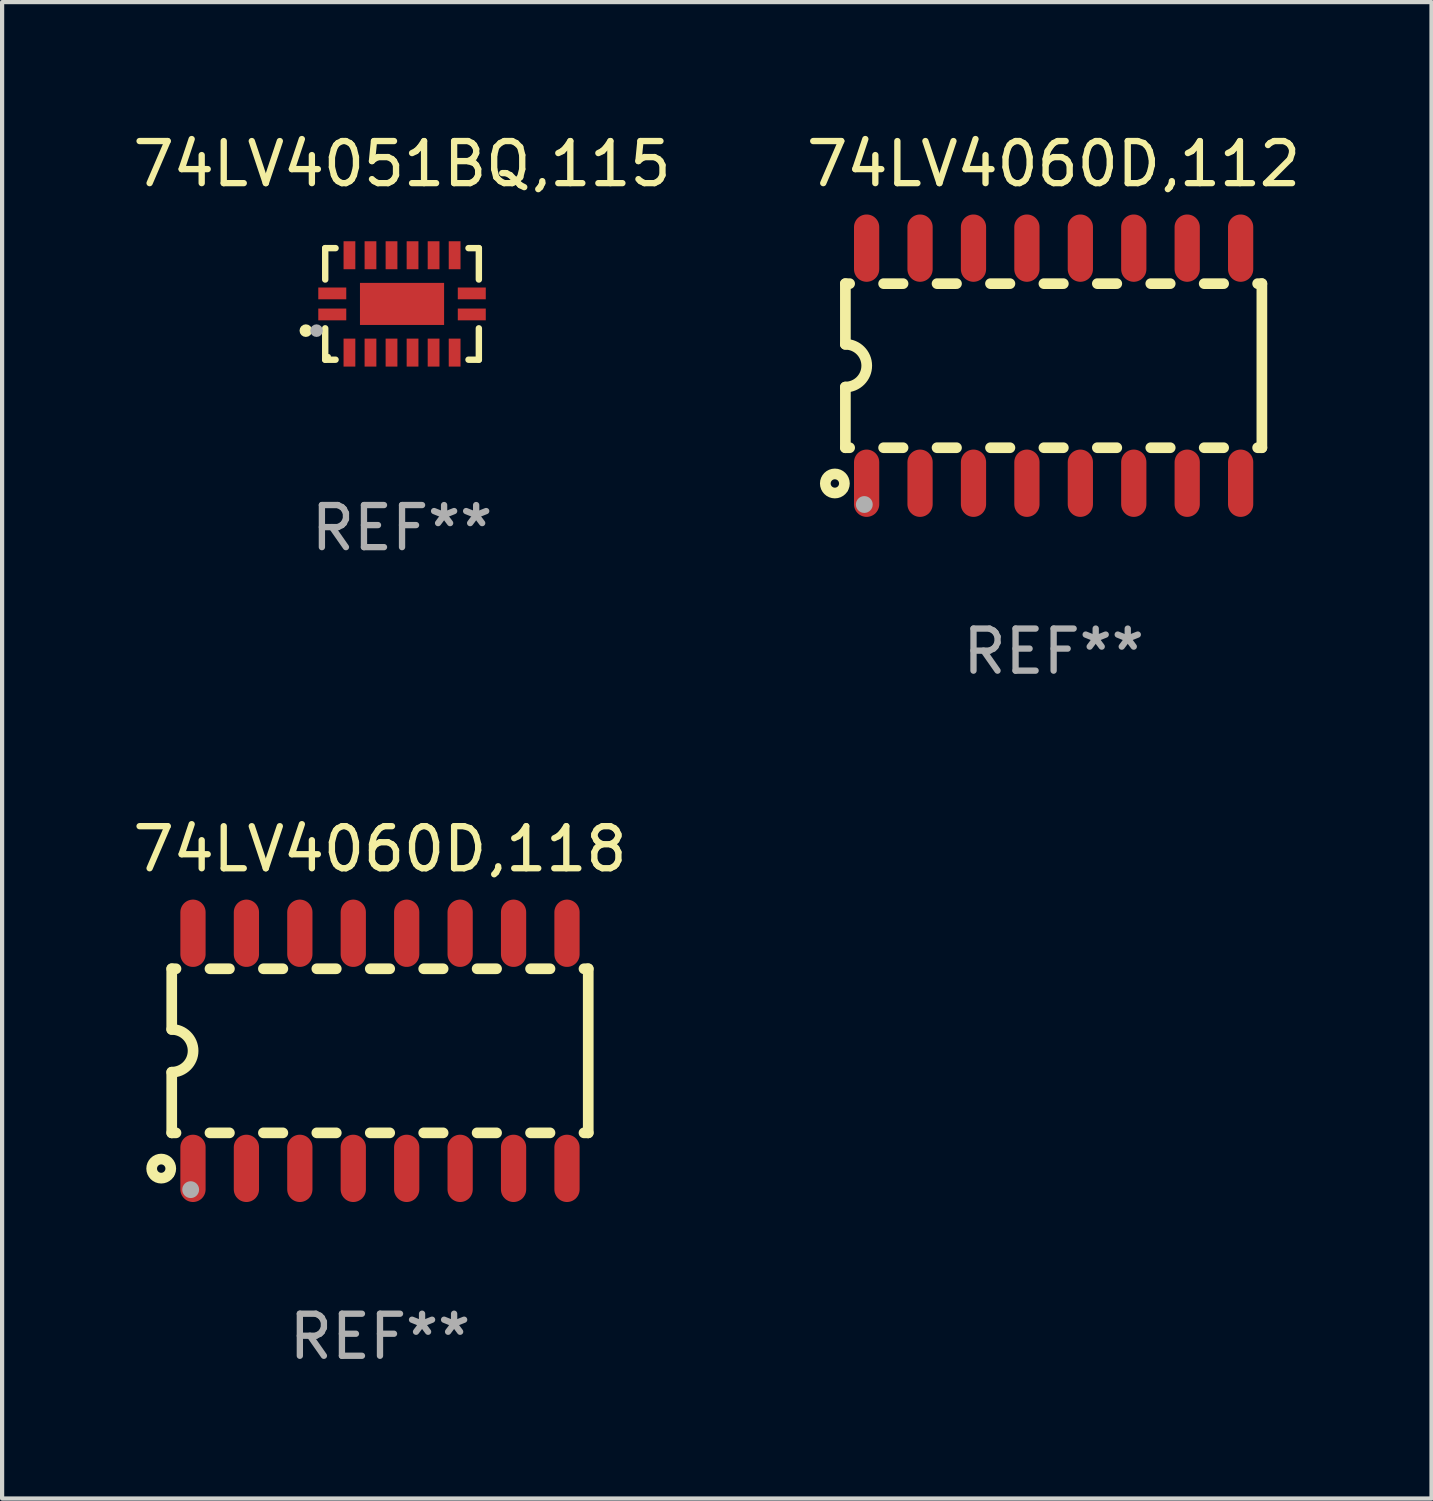
<source format=kicad_pcb>
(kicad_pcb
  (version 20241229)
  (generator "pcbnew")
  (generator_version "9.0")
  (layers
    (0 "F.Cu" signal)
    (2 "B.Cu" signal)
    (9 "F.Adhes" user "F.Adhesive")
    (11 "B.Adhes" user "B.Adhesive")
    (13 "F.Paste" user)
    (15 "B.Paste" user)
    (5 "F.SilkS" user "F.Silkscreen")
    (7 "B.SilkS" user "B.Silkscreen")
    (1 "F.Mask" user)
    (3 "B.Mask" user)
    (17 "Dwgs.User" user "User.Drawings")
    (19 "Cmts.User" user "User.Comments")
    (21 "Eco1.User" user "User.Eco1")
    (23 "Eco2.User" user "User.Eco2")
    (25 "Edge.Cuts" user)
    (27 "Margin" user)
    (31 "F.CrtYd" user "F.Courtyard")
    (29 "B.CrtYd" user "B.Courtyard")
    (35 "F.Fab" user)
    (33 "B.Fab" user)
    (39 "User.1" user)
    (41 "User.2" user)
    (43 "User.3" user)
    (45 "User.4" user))
  (footprint "74LV4051BQ,115"
    (layer "F.Cu")
    (at 6.506 4.174)
    (property "Reference" "74LV4051BQ,115" (at 0 -3.326 0) (layer "F.SilkS") (effects (font (size 1 1) (thickness 0.15))))
    (attr through_hole)
    (fp_line (start -1.826 -1.326) (end -1.58 -1.326) (stroke (width 0.152) (type solid)) (layer "F.SilkS"))
    (fp_line (start -1.826 -0.58) (end -1.826 -1.326) (stroke (width 0.152) (type solid)) (layer "F.SilkS"))
    (fp_line (start -1.826 0.58) (end -1.826 1.326) (stroke (width 0.152) (type solid)) (layer "F.SilkS"))
    (fp_line (start -1.826 1.326) (end -1.58 1.326) (stroke (width 0.152) (type solid)) (layer "F.SilkS"))
    (fp_line (start 1.826 -1.326) (end 1.58 -1.326) (stroke (width 0.152) (type solid)) (layer "F.SilkS"))
    (fp_line (start 1.826 -0.58) (end 1.826 -1.326) (stroke (width 0.152) (type solid)) (layer "F.SilkS"))
    (fp_line (start 1.826 0.58) (end 1.826 1.326) (stroke (width 0.152) (type solid)) (layer "F.SilkS"))
    (fp_line (start 1.826 1.326) (end 1.58 1.326) (stroke (width 0.152) (type solid)) (layer "F.SilkS"))
    (fp_circle (center -2.286 0.635) (end -2.211 0.635) (stroke (width 0.15) (type solid)) (fill no) (layer "F.SilkS"))
    (fp_circle (center -1.75 1.25) (end -1.72 1.25) (stroke (width 0.06) (type solid)) (fill no) (layer "F.SilkS"))
    (fp_circle (center -2.032 0.635) (end -1.957 0.635) (stroke (width 0.15) (type solid)) (fill no) (layer "F.Fab"))
    (fp_text user "REF**" (at 0 5.326 0) (layer "F.Fab") (effects (font (size 1 1) (thickness 0.15))))
    (pad "1" smd rect (at -1.658 0.25) (size 0.665 0.28) (layers "F.Cu" "F.Mask" "F.Paste"))
    (pad "2" smd rect (at -1.25 1.157) (size 0.28 0.665) (layers "F.Cu" "F.Mask" "F.Paste"))
    (pad "3" smd rect (at -0.75 1.157) (size 0.28 0.665) (layers "F.Cu" "F.Mask" "F.Paste"))
    (pad "4" smd rect (at -0.25 1.157) (size 0.28 0.665) (layers "F.Cu" "F.Mask" "F.Paste"))
    (pad "5" smd rect (at 0.25 1.157) (size 0.28 0.665) (layers "F.Cu" "F.Mask" "F.Paste"))
    (pad "6" smd rect (at 0.75 1.157) (size 0.28 0.665) (layers "F.Cu" "F.Mask" "F.Paste"))
    (pad "7" smd rect (at 1.25 1.157) (size 0.28 0.665) (layers "F.Cu" "F.Mask" "F.Paste"))
    (pad "8" smd rect (at 1.658 0.25) (size 0.665 0.28) (layers "F.Cu" "F.Mask" "F.Paste"))
    (pad "9" smd rect (at 1.658 -0.25) (size 0.665 0.28) (layers "F.Cu" "F.Mask" "F.Paste"))
    (pad "10" smd rect (at 1.25 -1.157) (size 0.28 0.665) (layers "F.Cu" "F.Mask" "F.Paste"))
    (pad "11" smd rect (at 0.75 -1.157) (size 0.28 0.665) (layers "F.Cu" "F.Mask" "F.Paste"))
    (pad "12" smd rect (at 0.25 -1.157) (size 0.28 0.665) (layers "F.Cu" "F.Mask" "F.Paste"))
    (pad "13" smd rect (at -0.25 -1.157) (size 0.28 0.665) (layers "F.Cu" "F.Mask" "F.Paste"))
    (pad "14" smd rect (at -0.75 -1.157) (size 0.28 0.665) (layers "F.Cu" "F.Mask" "F.Paste"))
    (pad "15" smd rect (at -1.25 -1.157) (size 0.28 0.665) (layers "F.Cu" "F.Mask" "F.Paste"))
    (pad "16" smd rect (at -1.658 -0.25) (size 0.665 0.28) (layers "F.Cu" "F.Mask" "F.Paste"))
    (pad "17" smd rect (at 0 0) (size 2 1) (layers "F.Cu" "F.Mask" "F.Paste")))
  (footprint "74LV4060D,112"
    (layer "F.Cu")
    (at 21.994 5.642)
    (property "Reference" "74LV4060D,112" (at 0 -4.794 0) (layer "F.SilkS") (effects (font (size 1 1) (thickness 0.15))))
    (attr through_hole)
    (fp_line (start -4.95 -1.95) (end -4.95 -0.508) (stroke (width 0.254) (type solid)) (layer "F.SilkS"))
    (fp_line (start -4.95 -1.95) (end -4.849 -1.95) (stroke (width 0.254) (type solid)) (layer "F.SilkS"))
    (fp_line (start -4.95 1.95) (end -4.95 0.508) (stroke (width 0.254) (type solid)) (layer "F.SilkS"))
    (fp_line (start -4.95 1.95) (end -4.849 1.95) (stroke (width 0.254) (type solid)) (layer "F.SilkS"))
    (fp_line (start -4.041 -1.95) (end -3.579 -1.95) (stroke (width 0.254) (type solid)) (layer "F.SilkS"))
    (fp_line (start -4.041 1.95) (end -3.579 1.95) (stroke (width 0.254) (type solid)) (layer "F.SilkS"))
    (fp_line (start -2.771 -1.95) (end -2.309 -1.95) (stroke (width 0.254) (type solid)) (layer "F.SilkS"))
    (fp_line (start -2.771 1.95) (end -2.309 1.95) (stroke (width 0.254) (type solid)) (layer "F.SilkS"))
    (fp_line (start -1.501 -1.95) (end -1.039 -1.95) (stroke (width 0.254) (type solid)) (layer "F.SilkS"))
    (fp_line (start -1.501 1.95) (end -1.039 1.95) (stroke (width 0.254) (type solid)) (layer "F.SilkS"))
    (fp_line (start -0.231 -1.95) (end 0.231 -1.95) (stroke (width 0.254) (type solid)) (layer "F.SilkS"))
    (fp_line (start -0.231 1.95) (end 0.231 1.95) (stroke (width 0.254) (type solid)) (layer "F.SilkS"))
    (fp_line (start 1.039 -1.95) (end 1.501 -1.95) (stroke (width 0.254) (type solid)) (layer "F.SilkS"))
    (fp_line (start 1.039 1.95) (end 1.501 1.95) (stroke (width 0.254) (type solid)) (layer "F.SilkS"))
    (fp_line (start 2.309 -1.95) (end 2.771 -1.95) (stroke (width 0.254) (type solid)) (layer "F.SilkS"))
    (fp_line (start 2.309 1.95) (end 2.771 1.95) (stroke (width 0.254) (type solid)) (layer "F.SilkS"))
    (fp_line (start 3.579 -1.95) (end 4.041 -1.95) (stroke (width 0.254) (type solid)) (layer "F.SilkS"))
    (fp_line (start 3.579 1.95) (end 4.041 1.95) (stroke (width 0.254) (type solid)) (layer "F.SilkS"))
    (fp_line (start 4.849 -1.95) (end 4.95 -1.95) (stroke (width 0.254) (type solid)) (layer "F.SilkS"))
    (fp_line (start 4.849 1.95) (end 4.95 1.95) (stroke (width 0.254) (type solid)) (layer "F.SilkS"))
    (fp_line (start 4.95 -1.95) (end 4.95 1.95) (stroke (width 0.254) (type solid)) (layer "F.SilkS"))
    (fp_arc (start -4.95047 -0.508001) (mid -4.442469 -0.000228) (end -4.950013 0.508001) (stroke (width 0.254001) (type solid)) (layer "F.SilkS"))
    (fp_circle (center -5.2 2.8) (end -5.1 2.8) (stroke (width 0.254) (type solid)) (fill no) (layer "F.SilkS"))
    (fp_circle (center -4.95 2.947) (end -4.92 2.947) (stroke (width 0.06) (type solid)) (fill no) (layer "F.SilkS"))
    (fp_circle (center -4.5 3.3) (end -4.4 3.3) (stroke (width 0.2) (type solid)) (fill no) (layer "F.Fab"))
    (fp_text user "REF**" (at 0 6.794 0) (layer "F.Fab") (effects (font (size 1 1) (thickness 0.15))))
    (pad "1" smd oval (at -4.445 2.794) (size 0.6 1.6) (layers "F.Cu" "F.Mask" "F.Paste"))
    (pad "2" smd oval (at -3.175 2.794) (size 0.6 1.6) (layers "F.Cu" "F.Mask" "F.Paste"))
    (pad "3" smd oval (at -1.905 2.794) (size 0.6 1.6) (layers "F.Cu" "F.Mask" "F.Paste"))
    (pad "4" smd oval (at -0.635 2.794) (size 0.6 1.6) (layers "F.Cu" "F.Mask" "F.Paste"))
    (pad "5" smd oval (at 0.635 2.794) (size 0.6 1.6) (layers "F.Cu" "F.Mask" "F.Paste"))
    (pad "6" smd oval (at 1.905 2.794) (size 0.6 1.6) (layers "F.Cu" "F.Mask" "F.Paste"))
    (pad "7" smd oval (at 3.175 2.794) (size 0.6 1.6) (layers "F.Cu" "F.Mask" "F.Paste"))
    (pad "8" smd oval (at 4.445 2.794) (size 0.6 1.6) (layers "F.Cu" "F.Mask" "F.Paste"))
    (pad "9" smd oval (at 4.445 -2.794) (size 0.6 1.6) (layers "F.Cu" "F.Mask" "F.Paste"))
    (pad "10" smd oval (at 3.175 -2.794) (size 0.6 1.6) (layers "F.Cu" "F.Mask" "F.Paste"))
    (pad "11" smd oval (at 1.905 -2.794) (size 0.6 1.6) (layers "F.Cu" "F.Mask" "F.Paste"))
    (pad "12" smd oval (at 0.635 -2.794) (size 0.6 1.6) (layers "F.Cu" "F.Mask" "F.Paste"))
    (pad "13" smd oval (at -0.635 -2.794) (size 0.6 1.6) (layers "F.Cu" "F.Mask" "F.Paste"))
    (pad "14" smd oval (at -1.905 -2.794) (size 0.6 1.6) (layers "F.Cu" "F.Mask" "F.Paste"))
    (pad "15" smd oval (at -3.175 -2.794) (size 0.6 1.6) (layers "F.Cu" "F.Mask" "F.Paste"))
    (pad "16" smd oval (at -4.445 -2.794) (size 0.6 1.6) (layers "F.Cu" "F.Mask" "F.Paste")))
  (footprint "74LV4060D,118"
    (layer "F.Cu")
    (at 5.982 21.927)
    (property "Reference" "74LV4060D,118" (at 0 -4.794 0) (layer "F.SilkS") (effects (font (size 1 1) (thickness 0.15))))
    (attr through_hole)
    (fp_line (start -4.95 -1.95) (end -4.95 -0.508) (stroke (width 0.254) (type solid)) (layer "F.SilkS"))
    (fp_line (start -4.95 -1.95) (end -4.849 -1.95) (stroke (width 0.254) (type solid)) (layer "F.SilkS"))
    (fp_line (start -4.95 1.95) (end -4.95 0.508) (stroke (width 0.254) (type solid)) (layer "F.SilkS"))
    (fp_line (start -4.95 1.95) (end -4.849 1.95) (stroke (width 0.254) (type solid)) (layer "F.SilkS"))
    (fp_line (start -4.041 -1.95) (end -3.579 -1.95) (stroke (width 0.254) (type solid)) (layer "F.SilkS"))
    (fp_line (start -4.041 1.95) (end -3.579 1.95) (stroke (width 0.254) (type solid)) (layer "F.SilkS"))
    (fp_line (start -2.771 -1.95) (end -2.309 -1.95) (stroke (width 0.254) (type solid)) (layer "F.SilkS"))
    (fp_line (start -2.771 1.95) (end -2.309 1.95) (stroke (width 0.254) (type solid)) (layer "F.SilkS"))
    (fp_line (start -1.501 -1.95) (end -1.039 -1.95) (stroke (width 0.254) (type solid)) (layer "F.SilkS"))
    (fp_line (start -1.501 1.95) (end -1.039 1.95) (stroke (width 0.254) (type solid)) (layer "F.SilkS"))
    (fp_line (start -0.231 -1.95) (end 0.231 -1.95) (stroke (width 0.254) (type solid)) (layer "F.SilkS"))
    (fp_line (start -0.231 1.95) (end 0.231 1.95) (stroke (width 0.254) (type solid)) (layer "F.SilkS"))
    (fp_line (start 1.039 -1.95) (end 1.501 -1.95) (stroke (width 0.254) (type solid)) (layer "F.SilkS"))
    (fp_line (start 1.039 1.95) (end 1.501 1.95) (stroke (width 0.254) (type solid)) (layer "F.SilkS"))
    (fp_line (start 2.309 -1.95) (end 2.771 -1.95) (stroke (width 0.254) (type solid)) (layer "F.SilkS"))
    (fp_line (start 2.309 1.95) (end 2.771 1.95) (stroke (width 0.254) (type solid)) (layer "F.SilkS"))
    (fp_line (start 3.579 -1.95) (end 4.041 -1.95) (stroke (width 0.254) (type solid)) (layer "F.SilkS"))
    (fp_line (start 3.579 1.95) (end 4.041 1.95) (stroke (width 0.254) (type solid)) (layer "F.SilkS"))
    (fp_line (start 4.849 -1.95) (end 4.95 -1.95) (stroke (width 0.254) (type solid)) (layer "F.SilkS"))
    (fp_line (start 4.849 1.95) (end 4.95 1.95) (stroke (width 0.254) (type solid)) (layer "F.SilkS"))
    (fp_line (start 4.95 -1.95) (end 4.95 1.95) (stroke (width 0.254) (type solid)) (layer "F.SilkS"))
    (fp_arc (start -4.95047 -0.508001) (mid -4.442469 -0.000228) (end -4.950013 0.508001) (stroke (width 0.254001) (type solid)) (layer "F.SilkS"))
    (fp_circle (center -5.2 2.8) (end -5.1 2.8) (stroke (width 0.254) (type solid)) (fill no) (layer "F.SilkS"))
    (fp_circle (center -4.95 2.947) (end -4.92 2.947) (stroke (width 0.06) (type solid)) (fill no) (layer "F.SilkS"))
    (fp_circle (center -4.5 3.3) (end -4.4 3.3) (stroke (width 0.2) (type solid)) (fill no) (layer "F.Fab"))
    (fp_text user "REF**" (at 0 6.794 0) (layer "F.Fab") (effects (font (size 1 1) (thickness 0.15))))
    (pad "1" smd oval (at -4.445 2.794) (size 0.6 1.6) (layers "F.Cu" "F.Mask" "F.Paste"))
    (pad "2" smd oval (at -3.175 2.794) (size 0.6 1.6) (layers "F.Cu" "F.Mask" "F.Paste"))
    (pad "3" smd oval (at -1.905 2.794) (size 0.6 1.6) (layers "F.Cu" "F.Mask" "F.Paste"))
    (pad "4" smd oval (at -0.635 2.794) (size 0.6 1.6) (layers "F.Cu" "F.Mask" "F.Paste"))
    (pad "5" smd oval (at 0.635 2.794) (size 0.6 1.6) (layers "F.Cu" "F.Mask" "F.Paste"))
    (pad "6" smd oval (at 1.905 2.794) (size 0.6 1.6) (layers "F.Cu" "F.Mask" "F.Paste"))
    (pad "7" smd oval (at 3.175 2.794) (size 0.6 1.6) (layers "F.Cu" "F.Mask" "F.Paste"))
    (pad "8" smd oval (at 4.445 2.794) (size 0.6 1.6) (layers "F.Cu" "F.Mask" "F.Paste"))
    (pad "9" smd oval (at 4.445 -2.794) (size 0.6 1.6) (layers "F.Cu" "F.Mask" "F.Paste"))
    (pad "10" smd oval (at 3.175 -2.794) (size 0.6 1.6) (layers "F.Cu" "F.Mask" "F.Paste"))
    (pad "11" smd oval (at 1.905 -2.794) (size 0.6 1.6) (layers "F.Cu" "F.Mask" "F.Paste"))
    (pad "12" smd oval (at 0.635 -2.794) (size 0.6 1.6) (layers "F.Cu" "F.Mask" "F.Paste"))
    (pad "13" smd oval (at -0.635 -2.794) (size 0.6 1.6) (layers "F.Cu" "F.Mask" "F.Paste"))
    (pad "14" smd oval (at -1.905 -2.794) (size 0.6 1.6) (layers "F.Cu" "F.Mask" "F.Paste"))
    (pad "15" smd oval (at -3.175 -2.794) (size 0.6 1.6) (layers "F.Cu" "F.Mask" "F.Paste"))
    (pad "16" smd oval (at -4.445 -2.794) (size 0.6 1.6) (layers "F.Cu" "F.Mask" "F.Paste")))
  (gr_rect
    (start -3 -3)
    (end 30.976 32.569)
    (stroke (width 0.1) (type default))
    (fill no)
    (layer "Edge.Cuts")))
</source>
